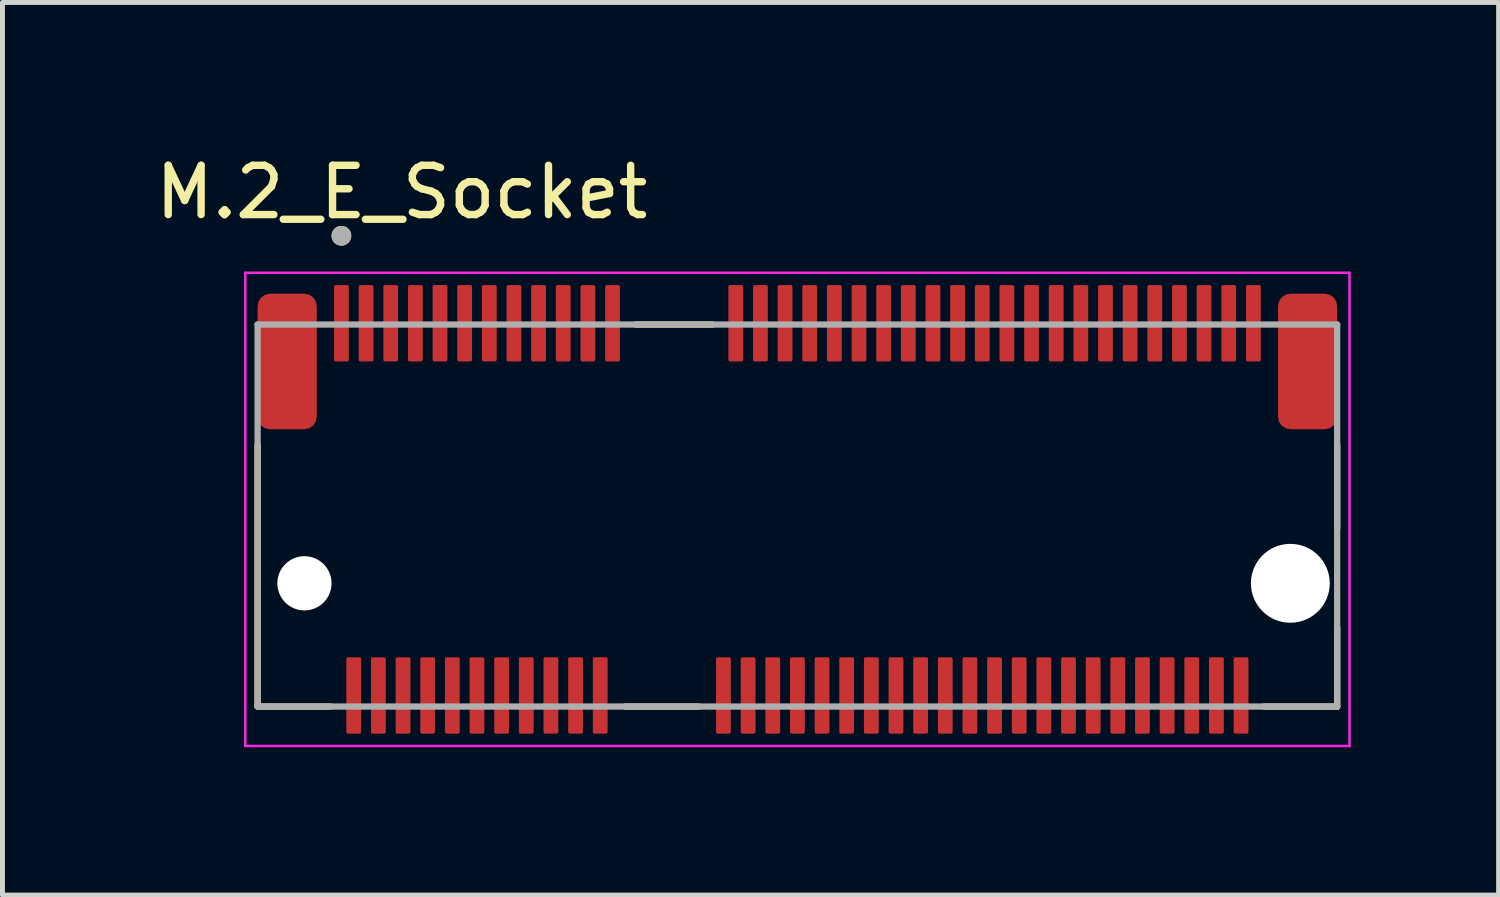
<source format=kicad_pcb>
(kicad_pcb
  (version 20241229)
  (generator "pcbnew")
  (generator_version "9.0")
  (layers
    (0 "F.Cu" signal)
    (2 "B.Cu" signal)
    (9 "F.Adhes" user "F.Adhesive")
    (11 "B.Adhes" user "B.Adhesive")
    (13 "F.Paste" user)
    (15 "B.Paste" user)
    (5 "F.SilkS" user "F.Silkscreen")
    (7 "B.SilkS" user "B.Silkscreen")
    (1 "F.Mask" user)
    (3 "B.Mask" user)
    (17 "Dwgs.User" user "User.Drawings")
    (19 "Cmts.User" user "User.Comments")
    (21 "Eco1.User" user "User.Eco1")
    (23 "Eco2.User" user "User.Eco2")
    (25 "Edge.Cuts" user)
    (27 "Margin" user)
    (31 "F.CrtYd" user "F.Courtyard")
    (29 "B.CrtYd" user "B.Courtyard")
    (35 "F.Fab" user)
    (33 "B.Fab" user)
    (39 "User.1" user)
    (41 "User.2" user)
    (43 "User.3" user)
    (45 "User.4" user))
  (footprint "M.2_E_Socket"
    (layer "F.Cu")
    (at 13.126 8.783)
    (property "Reference" "M.2_E_Socket" (at -8.025 -7.935 0) (layer "F.SilkS") (effects (font (size 1 1) (thickness 0.15))))
    (attr through_hole)
    (fp_line (start -10.95 2.5) (end -10.95 -2.805) (stroke (width 0.127) (type solid)) (layer "F.SilkS"))
    (fp_line (start -10.95 2.5) (end -9.47 2.5) (stroke (width 0.127) (type solid)) (layer "F.SilkS"))
    (fp_line (start -3.5 2.5) (end -2 2.5) (stroke (width 0.127) (type solid)) (layer "F.SilkS"))
    (fp_line (start -3.28 -5.25) (end -1.72 -5.25) (stroke (width 0.127) (type solid)) (layer "F.SilkS"))
    (fp_line (start 9.47 2.5) (end 10.95 2.5) (stroke (width 0.127) (type solid)) (layer "F.SilkS"))
    (fp_line (start 10.95 -2.805) (end 10.95 -1.12) (stroke (width 0.127) (type solid)) (layer "F.SilkS"))
    (fp_line (start 10.95 2.5) (end 10.95 0.9) (stroke (width 0.127) (type solid)) (layer "F.SilkS"))
    (fp_circle (center -9.25 -7.05) (end -9.15 -7.05) (stroke (width 0.2) (type solid)) (fill no) (layer "F.SilkS"))
    (fp_line (start -11.2 -6.3) (end -11.2 3.3) (stroke (width 0.05) (type solid)) (layer "F.CrtYd"))
    (fp_line (start -11.2 3.3) (end 11.2 3.3) (stroke (width 0.05) (type solid)) (layer "F.CrtYd"))
    (fp_line (start 11.2 -6.3) (end -11.2 -6.3) (stroke (width 0.05) (type solid)) (layer "F.CrtYd"))
    (fp_line (start 11.2 3.3) (end 11.2 -6.3) (stroke (width 0.05) (type solid)) (layer "F.CrtYd"))
    (fp_line (start -10.95 -5.25) (end 10.95 -5.25) (stroke (width 0.127) (type solid)) (layer "F.Fab"))
    (fp_line (start -10.95 2.5) (end -10.95 -5.25) (stroke (width 0.127) (type solid)) (layer "F.Fab"))
    (fp_line (start 10.95 -5.25) (end 10.95 2.5) (stroke (width 0.127) (type solid)) (layer "F.Fab"))
    (fp_line (start 10.95 2.5) (end -10.95 2.5) (stroke (width 0.127) (type solid)) (layer "F.Fab"))
    (fp_circle (center -9.25 -7.05) (end -9.15 -7.05) (stroke (width 0.2) (type solid)) (fill no) (layer "F.Fab"))
    (pad "" np_thru_hole circle (at -10 0) (size 1.1 1.1) (drill 1.1) (layers "*.Cu" "*.Mask"))
    (pad "" np_thru_hole circle (at 10 0) (size 1.6 1.6) (drill 1.6) (layers "*.Cu" "*.Mask"))
    (pad "1" smd roundrect (at -9.25 -5.275) (size 0.3 1.55) (layers "F.Cu" "F.Mask" "F.Paste") (roundrect_rratio 0.12))
    (pad "2" smd roundrect (at -9 2.275) (size 0.3 1.55) (layers "F.Cu" "F.Mask" "F.Paste") (roundrect_rratio 0.12))
    (pad "3" smd roundrect (at -8.75 -5.275) (size 0.3 1.55) (layers "F.Cu" "F.Mask" "F.Paste") (roundrect_rratio 0.12))
    (pad "4" smd roundrect (at -8.5 2.275) (size 0.3 1.55) (layers "F.Cu" "F.Mask" "F.Paste") (roundrect_rratio 0.12))
    (pad "5" smd roundrect (at -8.25 -5.275) (size 0.3 1.55) (layers "F.Cu" "F.Mask" "F.Paste") (roundrect_rratio 0.12))
    (pad "6" smd roundrect (at -8 2.275) (size 0.3 1.55) (layers "F.Cu" "F.Mask" "F.Paste") (roundrect_rratio 0.12))
    (pad "7" smd roundrect (at -7.75 -5.275) (size 0.3 1.55) (layers "F.Cu" "F.Mask" "F.Paste") (roundrect_rratio 0.12))
    (pad "8" smd roundrect (at -7.5 2.275) (size 0.3 1.55) (layers "F.Cu" "F.Mask" "F.Paste") (roundrect_rratio 0.12))
    (pad "9" smd roundrect (at -7.25 -5.275) (size 0.3 1.55) (layers "F.Cu" "F.Mask" "F.Paste") (roundrect_rratio 0.12))
    (pad "10" smd roundrect (at -7 2.275) (size 0.3 1.55) (layers "F.Cu" "F.Mask" "F.Paste") (roundrect_rratio 0.12))
    (pad "11" smd roundrect (at -6.75 -5.275) (size 0.3 1.55) (layers "F.Cu" "F.Mask" "F.Paste") (roundrect_rratio 0.12))
    (pad "12" smd roundrect (at -6.5 2.275) (size 0.3 1.55) (layers "F.Cu" "F.Mask" "F.Paste") (roundrect_rratio 0.12))
    (pad "13" smd roundrect (at -6.25 -5.275) (size 0.3 1.55) (layers "F.Cu" "F.Mask" "F.Paste") (roundrect_rratio 0.12))
    (pad "14" smd roundrect (at -6 2.275) (size 0.3 1.55) (layers "F.Cu" "F.Mask" "F.Paste") (roundrect_rratio 0.12))
    (pad "15" smd roundrect (at -5.75 -5.275) (size 0.3 1.55) (layers "F.Cu" "F.Mask" "F.Paste") (roundrect_rratio 0.12))
    (pad "16" smd roundrect (at -5.5 2.275) (size 0.3 1.55) (layers "F.Cu" "F.Mask" "F.Paste") (roundrect_rratio 0.12))
    (pad "17" smd roundrect (at -5.25 -5.275) (size 0.3 1.55) (layers "F.Cu" "F.Mask" "F.Paste") (roundrect_rratio 0.12))
    (pad "18" smd roundrect (at -5 2.275) (size 0.3 1.55) (layers "F.Cu" "F.Mask" "F.Paste") (roundrect_rratio 0.12))
    (pad "19" smd roundrect (at -4.75 -5.275) (size 0.3 1.55) (layers "F.Cu" "F.Mask" "F.Paste") (roundrect_rratio 0.12))
    (pad "20" smd roundrect (at -4.5 2.275) (size 0.3 1.55) (layers "F.Cu" "F.Mask" "F.Paste") (roundrect_rratio 0.12))
    (pad "21" smd roundrect (at -4.25 -5.275) (size 0.3 1.55) (layers "F.Cu" "F.Mask" "F.Paste") (roundrect_rratio 0.12))
    (pad "22" smd roundrect (at -4 2.275) (size 0.3 1.55) (layers "F.Cu" "F.Mask" "F.Paste") (roundrect_rratio 0.12))
    (pad "23" smd roundrect (at -3.75 -5.275) (size 0.3 1.55) (layers "F.Cu" "F.Mask" "F.Paste") (roundrect_rratio 0.12))
    (pad "32" smd roundrect (at -1.5 2.275) (size 0.3 1.55) (layers "F.Cu" "F.Mask" "F.Paste") (roundrect_rratio 0.12))
    (pad "33" smd roundrect (at -1.25 -5.275) (size 0.3 1.55) (layers "F.Cu" "F.Mask" "F.Paste") (roundrect_rratio 0.12))
    (pad "34" smd roundrect (at -1 2.275) (size 0.3 1.55) (layers "F.Cu" "F.Mask" "F.Paste") (roundrect_rratio 0.12))
    (pad "35" smd roundrect (at -0.75 -5.275) (size 0.3 1.55) (layers "F.Cu" "F.Mask" "F.Paste") (roundrect_rratio 0.12))
    (pad "36" smd roundrect (at -0.5 2.275) (size 0.3 1.55) (layers "F.Cu" "F.Mask" "F.Paste") (roundrect_rratio 0.12))
    (pad "37" smd roundrect (at -0.25 -5.275) (size 0.3 1.55) (layers "F.Cu" "F.Mask" "F.Paste") (roundrect_rratio 0.12))
    (pad "38" smd roundrect (at 0 2.275) (size 0.3 1.55) (layers "F.Cu" "F.Mask" "F.Paste") (roundrect_rratio 0.12))
    (pad "39" smd roundrect (at 0.25 -5.275) (size 0.3 1.55) (layers "F.Cu" "F.Mask" "F.Paste") (roundrect_rratio 0.12))
    (pad "40" smd roundrect (at 0.5 2.275) (size 0.3 1.55) (layers "F.Cu" "F.Mask" "F.Paste") (roundrect_rratio 0.12))
    (pad "41" smd roundrect (at 0.75 -5.275) (size 0.3 1.55) (layers "F.Cu" "F.Mask" "F.Paste") (roundrect_rratio 0.12))
    (pad "42" smd roundrect (at 1 2.275) (size 0.3 1.55) (layers "F.Cu" "F.Mask" "F.Paste") (roundrect_rratio 0.12))
    (pad "43" smd roundrect (at 1.25 -5.275) (size 0.3 1.55) (layers "F.Cu" "F.Mask" "F.Paste") (roundrect_rratio 0.12))
    (pad "44" smd roundrect (at 1.5 2.275) (size 0.3 1.55) (layers "F.Cu" "F.Mask" "F.Paste") (roundrect_rratio 0.12))
    (pad "45" smd roundrect (at 1.75 -5.275) (size 0.3 1.55) (layers "F.Cu" "F.Mask" "F.Paste") (roundrect_rratio 0.12))
    (pad "46" smd roundrect (at 2 2.275) (size 0.3 1.55) (layers "F.Cu" "F.Mask" "F.Paste") (roundrect_rratio 0.12))
    (pad "47" smd roundrect (at 2.25 -5.275) (size 0.3 1.55) (layers "F.Cu" "F.Mask" "F.Paste") (roundrect_rratio 0.12))
    (pad "48" smd roundrect (at 2.5 2.275) (size 0.3 1.55) (layers "F.Cu" "F.Mask" "F.Paste") (roundrect_rratio 0.12))
    (pad "49" smd roundrect (at 2.75 -5.275) (size 0.3 1.55) (layers "F.Cu" "F.Mask" "F.Paste") (roundrect_rratio 0.12))
    (pad "50" smd roundrect (at 3 2.275) (size 0.3 1.55) (layers "F.Cu" "F.Mask" "F.Paste") (roundrect_rratio 0.12))
    (pad "51" smd roundrect (at 3.25 -5.275) (size 0.3 1.55) (layers "F.Cu" "F.Mask" "F.Paste") (roundrect_rratio 0.12))
    (pad "52" smd roundrect (at 3.5 2.275) (size 0.3 1.55) (layers "F.Cu" "F.Mask" "F.Paste") (roundrect_rratio 0.12))
    (pad "53" smd roundrect (at 3.75 -5.275) (size 0.3 1.55) (layers "F.Cu" "F.Mask" "F.Paste") (roundrect_rratio 0.12))
    (pad "54" smd roundrect (at 4 2.275) (size 0.3 1.55) (layers "F.Cu" "F.Mask" "F.Paste") (roundrect_rratio 0.12))
    (pad "55" smd roundrect (at 4.25 -5.275) (size 0.3 1.55) (layers "F.Cu" "F.Mask" "F.Paste") (roundrect_rratio 0.12))
    (pad "56" smd roundrect (at 4.5 2.275) (size 0.3 1.55) (layers "F.Cu" "F.Mask" "F.Paste") (roundrect_rratio 0.12))
    (pad "57" smd roundrect (at 4.75 -5.275) (size 0.3 1.55) (layers "F.Cu" "F.Mask" "F.Paste") (roundrect_rratio 0.12))
    (pad "58" smd roundrect (at 5 2.275) (size 0.3 1.55) (layers "F.Cu" "F.Mask" "F.Paste") (roundrect_rratio 0.12))
    (pad "59" smd roundrect (at 5.25 -5.275) (size 0.3 1.55) (layers "F.Cu" "F.Mask" "F.Paste") (roundrect_rratio 0.12))
    (pad "60" smd roundrect (at 5.5 2.275) (size 0.3 1.55) (layers "F.Cu" "F.Mask" "F.Paste") (roundrect_rratio 0.12))
    (pad "61" smd roundrect (at 5.75 -5.275) (size 0.3 1.55) (layers "F.Cu" "F.Mask" "F.Paste") (roundrect_rratio 0.12))
    (pad "62" smd roundrect (at 6 2.275) (size 0.3 1.55) (layers "F.Cu" "F.Mask" "F.Paste") (roundrect_rratio 0.12))
    (pad "63" smd roundrect (at 6.25 -5.275) (size 0.3 1.55) (layers "F.Cu" "F.Mask" "F.Paste") (roundrect_rratio 0.12))
    (pad "64" smd roundrect (at 6.5 2.275) (size 0.3 1.55) (layers "F.Cu" "F.Mask" "F.Paste") (roundrect_rratio 0.12))
    (pad "65" smd roundrect (at 6.75 -5.275) (size 0.3 1.55) (layers "F.Cu" "F.Mask" "F.Paste") (roundrect_rratio 0.12))
    (pad "66" smd roundrect (at 7 2.275) (size 0.3 1.55) (layers "F.Cu" "F.Mask" "F.Paste") (roundrect_rratio 0.12))
    (pad "67" smd roundrect (at 7.25 -5.275) (size 0.3 1.55) (layers "F.Cu" "F.Mask" "F.Paste") (roundrect_rratio 0.12))
    (pad "68" smd roundrect (at 7.5 2.275) (size 0.3 1.55) (layers "F.Cu" "F.Mask" "F.Paste") (roundrect_rratio 0.12))
    (pad "69" smd roundrect (at 7.75 -5.275) (size 0.3 1.55) (layers "F.Cu" "F.Mask" "F.Paste") (roundrect_rratio 0.12))
    (pad "70" smd roundrect (at 8 2.275) (size 0.3 1.55) (layers "F.Cu" "F.Mask" "F.Paste") (roundrect_rratio 0.12))
    (pad "71" smd roundrect (at 8.25 -5.275) (size 0.3 1.55) (layers "F.Cu" "F.Mask" "F.Paste") (roundrect_rratio 0.12))
    (pad "72" smd roundrect (at 8.5 2.275) (size 0.3 1.55) (layers "F.Cu" "F.Mask" "F.Paste") (roundrect_rratio 0.12))
    (pad "73" smd roundrect (at 8.75 -5.275) (size 0.3 1.55) (layers "F.Cu" "F.Mask" "F.Paste") (roundrect_rratio 0.12))
    (pad "74" smd roundrect (at 9 2.275) (size 0.3 1.55) (layers "F.Cu" "F.Mask" "F.Paste") (roundrect_rratio 0.12))
    (pad "75" smd roundrect (at 9.25 -5.275) (size 0.3 1.55) (layers "F.Cu" "F.Mask" "F.Paste") (roundrect_rratio 0.12))
    (pad "MP" smd roundrect (at -10.35 -4.5) (size 1.2 2.75) (layers "F.Cu" "F.Mask" "F.Paste") (roundrect_rratio 0.21))
    (pad "MP" smd roundrect (at 10.35 -4.5) (size 1.2 2.75) (layers "F.Cu" "F.Mask" "F.Paste") (roundrect_rratio 0.21)))
  (gr_rect
    (start -3 -3)
    (end 27.351 15.108)
    (stroke (width 0.1) (type default))
    (fill no)
    (layer "Edge.Cuts")))
</source>
